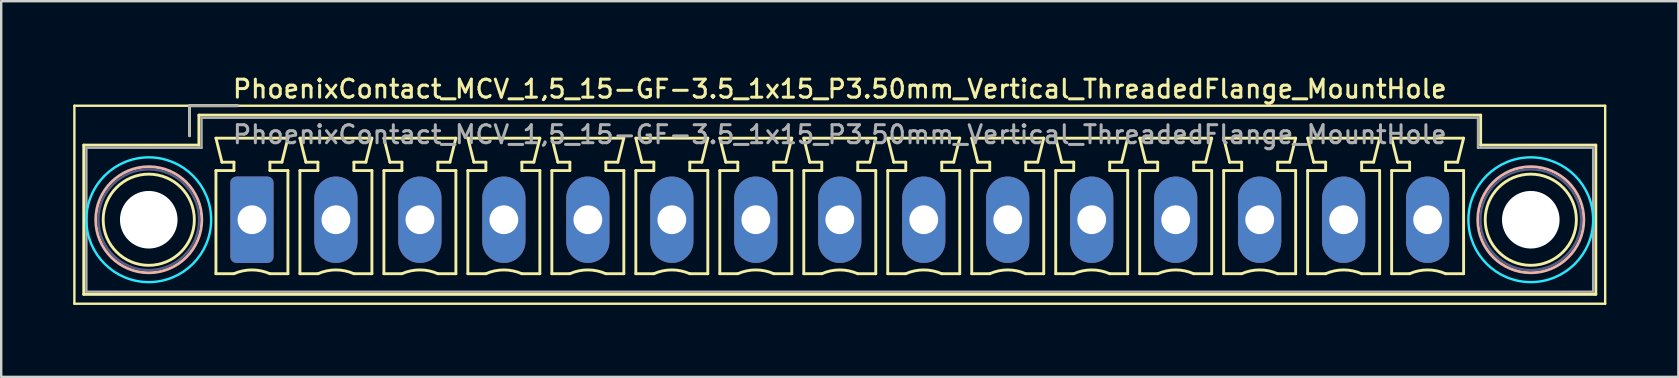
<source format=kicad_pcb>
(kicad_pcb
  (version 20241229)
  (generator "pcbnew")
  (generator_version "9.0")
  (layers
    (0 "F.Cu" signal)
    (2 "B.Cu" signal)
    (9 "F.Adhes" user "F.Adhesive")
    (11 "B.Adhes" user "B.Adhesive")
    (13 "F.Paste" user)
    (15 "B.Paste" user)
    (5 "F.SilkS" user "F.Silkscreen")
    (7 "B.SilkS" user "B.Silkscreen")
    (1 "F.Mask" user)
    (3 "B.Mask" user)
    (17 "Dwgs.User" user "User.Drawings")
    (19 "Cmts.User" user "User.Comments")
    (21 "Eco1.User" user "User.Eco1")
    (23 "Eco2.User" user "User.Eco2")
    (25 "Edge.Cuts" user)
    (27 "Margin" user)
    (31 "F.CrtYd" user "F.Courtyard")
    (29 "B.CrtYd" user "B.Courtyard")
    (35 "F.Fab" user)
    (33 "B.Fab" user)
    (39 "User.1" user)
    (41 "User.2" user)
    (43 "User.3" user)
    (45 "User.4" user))
  (footprint "PhoenixContact_MCV_1,5_15-GF-3.5_1x15_P3.50mm_Vertical_ThreadedFlange_MountHole"
    (layer "F.Cu")
    (at 7.45 6.108)
    (property "Reference" "PhoenixContact_MCV_1,5_15-GF-3.5_1x15_P3.50mm_Vertical_ThreadedFlange_MountHole" (at 24.5 -5.45 0) (layer "F.SilkS") (effects (font (size 0.75 0.75) (thickness 0.125))))
    (attr through_hole)
    (fp_line (start -7.4 -4.75) (end -7.4 3.5) (stroke (width 0.1) (type solid)) (layer "F.SilkS"))
    (fp_line (start -7.4 3.5) (end 56.4 3.5) (stroke (width 0.1) (type solid)) (layer "F.SilkS"))
    (fp_line (start -7.01 -3.11) (end -7.01 3.11) (stroke (width 0.12) (type solid)) (layer "F.SilkS"))
    (fp_line (start -7.01 3.11) (end 56.01 3.11) (stroke (width 0.12) (type solid)) (layer "F.SilkS"))
    (fp_line (start -2.6 -4.75) (end -0.6 -4.75) (stroke (width 0.12) (type solid)) (layer "F.SilkS"))
    (fp_line (start -2.6 -3.5) (end -2.6 -4.75) (stroke (width 0.12) (type solid)) (layer "F.SilkS"))
    (fp_line (start -2.21 -4.36) (end -2.21 -3.11) (stroke (width 0.12) (type solid)) (layer "F.SilkS"))
    (fp_line (start -2.21 -3.11) (end -7.01 -3.11) (stroke (width 0.12) (type solid)) (layer "F.SilkS"))
    (fp_line (start -1.5 -3.4) (end 1.5 -3.4) (stroke (width 0.12) (type solid)) (layer "F.SilkS"))
    (fp_line (start -1.5 -2.05) (end -0.75 -2.05) (stroke (width 0.12) (type solid)) (layer "F.SilkS"))
    (fp_line (start -1.5 2.25) (end -1.5 -2.05) (stroke (width 0.12) (type solid)) (layer "F.SilkS"))
    (fp_line (start -1.25 -2.4) (end -1.5 -3.4) (stroke (width 0.12) (type solid)) (layer "F.SilkS"))
    (fp_line (start -0.75 -2.4) (end -1.25 -2.4) (stroke (width 0.12) (type solid)) (layer "F.SilkS"))
    (fp_line (start -0.75 -2.05) (end -0.75 -2.4) (stroke (width 0.12) (type solid)) (layer "F.SilkS"))
    (fp_line (start -0.75 2.25) (end -1.5 2.25) (stroke (width 0.12) (type solid)) (layer "F.SilkS"))
    (fp_line (start 0.75 -2.4) (end 0.75 -2.05) (stroke (width 0.12) (type solid)) (layer "F.SilkS"))
    (fp_line (start 0.75 -2.05) (end 1.5 -2.05) (stroke (width 0.12) (type solid)) (layer "F.SilkS"))
    (fp_line (start 1.25 -2.4) (end 0.75 -2.4) (stroke (width 0.12) (type solid)) (layer "F.SilkS"))
    (fp_line (start 1.5 -3.4) (end 1.25 -2.4) (stroke (width 0.12) (type solid)) (layer "F.SilkS"))
    (fp_line (start 1.5 -2.05) (end 1.5 2.25) (stroke (width 0.12) (type solid)) (layer "F.SilkS"))
    (fp_line (start 1.5 2.25) (end 0.75 2.25) (stroke (width 0.12) (type solid)) (layer "F.SilkS"))
    (fp_line (start 2 -3.4) (end 5 -3.4) (stroke (width 0.12) (type solid)) (layer "F.SilkS"))
    (fp_line (start 2 -2.05) (end 2.75 -2.05) (stroke (width 0.12) (type solid)) (layer "F.SilkS"))
    (fp_line (start 2 2.25) (end 2 -2.05) (stroke (width 0.12) (type solid)) (layer "F.SilkS"))
    (fp_line (start 2.25 -2.4) (end 2 -3.4) (stroke (width 0.12) (type solid)) (layer "F.SilkS"))
    (fp_line (start 2.75 -2.4) (end 2.25 -2.4) (stroke (width 0.12) (type solid)) (layer "F.SilkS"))
    (fp_line (start 2.75 -2.05) (end 2.75 -2.4) (stroke (width 0.12) (type solid)) (layer "F.SilkS"))
    (fp_line (start 2.75 2.25) (end 2 2.25) (stroke (width 0.12) (type solid)) (layer "F.SilkS"))
    (fp_line (start 4.25 -2.4) (end 4.25 -2.05) (stroke (width 0.12) (type solid)) (layer "F.SilkS"))
    (fp_line (start 4.25 -2.05) (end 5 -2.05) (stroke (width 0.12) (type solid)) (layer "F.SilkS"))
    (fp_line (start 4.75 -2.4) (end 4.25 -2.4) (stroke (width 0.12) (type solid)) (layer "F.SilkS"))
    (fp_line (start 5 -3.4) (end 4.75 -2.4) (stroke (width 0.12) (type solid)) (layer "F.SilkS"))
    (fp_line (start 5 -2.05) (end 5 2.25) (stroke (width 0.12) (type solid)) (layer "F.SilkS"))
    (fp_line (start 5 2.25) (end 4.25 2.25) (stroke (width 0.12) (type solid)) (layer "F.SilkS"))
    (fp_line (start 5.5 -3.4) (end 8.5 -3.4) (stroke (width 0.12) (type solid)) (layer "F.SilkS"))
    (fp_line (start 5.5 -2.05) (end 6.25 -2.05) (stroke (width 0.12) (type solid)) (layer "F.SilkS"))
    (fp_line (start 5.5 2.25) (end 5.5 -2.05) (stroke (width 0.12) (type solid)) (layer "F.SilkS"))
    (fp_line (start 5.75 -2.4) (end 5.5 -3.4) (stroke (width 0.12) (type solid)) (layer "F.SilkS"))
    (fp_line (start 6.25 -2.4) (end 5.75 -2.4) (stroke (width 0.12) (type solid)) (layer "F.SilkS"))
    (fp_line (start 6.25 -2.05) (end 6.25 -2.4) (stroke (width 0.12) (type solid)) (layer "F.SilkS"))
    (fp_line (start 6.25 2.25) (end 5.5 2.25) (stroke (width 0.12) (type solid)) (layer "F.SilkS"))
    (fp_line (start 7.75 -2.4) (end 7.75 -2.05) (stroke (width 0.12) (type solid)) (layer "F.SilkS"))
    (fp_line (start 7.75 -2.05) (end 8.5 -2.05) (stroke (width 0.12) (type solid)) (layer "F.SilkS"))
    (fp_line (start 8.25 -2.4) (end 7.75 -2.4) (stroke (width 0.12) (type solid)) (layer "F.SilkS"))
    (fp_line (start 8.5 -3.4) (end 8.25 -2.4) (stroke (width 0.12) (type solid)) (layer "F.SilkS"))
    (fp_line (start 8.5 -2.05) (end 8.5 2.25) (stroke (width 0.12) (type solid)) (layer "F.SilkS"))
    (fp_line (start 8.5 2.25) (end 7.75 2.25) (stroke (width 0.12) (type solid)) (layer "F.SilkS"))
    (fp_line (start 9 -3.4) (end 12 -3.4) (stroke (width 0.12) (type solid)) (layer "F.SilkS"))
    (fp_line (start 9 -2.05) (end 9.75 -2.05) (stroke (width 0.12) (type solid)) (layer "F.SilkS"))
    (fp_line (start 9 2.25) (end 9 -2.05) (stroke (width 0.12) (type solid)) (layer "F.SilkS"))
    (fp_line (start 9.25 -2.4) (end 9 -3.4) (stroke (width 0.12) (type solid)) (layer "F.SilkS"))
    (fp_line (start 9.75 -2.4) (end 9.25 -2.4) (stroke (width 0.12) (type solid)) (layer "F.SilkS"))
    (fp_line (start 9.75 -2.05) (end 9.75 -2.4) (stroke (width 0.12) (type solid)) (layer "F.SilkS"))
    (fp_line (start 9.75 2.25) (end 9 2.25) (stroke (width 0.12) (type solid)) (layer "F.SilkS"))
    (fp_line (start 11.25 -2.4) (end 11.25 -2.05) (stroke (width 0.12) (type solid)) (layer "F.SilkS"))
    (fp_line (start 11.25 -2.05) (end 12 -2.05) (stroke (width 0.12) (type solid)) (layer "F.SilkS"))
    (fp_line (start 11.75 -2.4) (end 11.25 -2.4) (stroke (width 0.12) (type solid)) (layer "F.SilkS"))
    (fp_line (start 12 -3.4) (end 11.75 -2.4) (stroke (width 0.12) (type solid)) (layer "F.SilkS"))
    (fp_line (start 12 -2.05) (end 12 2.25) (stroke (width 0.12) (type solid)) (layer "F.SilkS"))
    (fp_line (start 12 2.25) (end 11.25 2.25) (stroke (width 0.12) (type solid)) (layer "F.SilkS"))
    (fp_line (start 12.5 -3.4) (end 15.5 -3.4) (stroke (width 0.12) (type solid)) (layer "F.SilkS"))
    (fp_line (start 12.5 -2.05) (end 13.25 -2.05) (stroke (width 0.12) (type solid)) (layer "F.SilkS"))
    (fp_line (start 12.5 2.25) (end 12.5 -2.05) (stroke (width 0.12) (type solid)) (layer "F.SilkS"))
    (fp_line (start 12.75 -2.4) (end 12.5 -3.4) (stroke (width 0.12) (type solid)) (layer "F.SilkS"))
    (fp_line (start 13.25 -2.4) (end 12.75 -2.4) (stroke (width 0.12) (type solid)) (layer "F.SilkS"))
    (fp_line (start 13.25 -2.05) (end 13.25 -2.4) (stroke (width 0.12) (type solid)) (layer "F.SilkS"))
    (fp_line (start 13.25 2.25) (end 12.5 2.25) (stroke (width 0.12) (type solid)) (layer "F.SilkS"))
    (fp_line (start 14.75 -2.4) (end 14.75 -2.05) (stroke (width 0.12) (type solid)) (layer "F.SilkS"))
    (fp_line (start 14.75 -2.05) (end 15.5 -2.05) (stroke (width 0.12) (type solid)) (layer "F.SilkS"))
    (fp_line (start 15.25 -2.4) (end 14.75 -2.4) (stroke (width 0.12) (type solid)) (layer "F.SilkS"))
    (fp_line (start 15.5 -3.4) (end 15.25 -2.4) (stroke (width 0.12) (type solid)) (layer "F.SilkS"))
    (fp_line (start 15.5 -2.05) (end 15.5 2.25) (stroke (width 0.12) (type solid)) (layer "F.SilkS"))
    (fp_line (start 15.5 2.25) (end 14.75 2.25) (stroke (width 0.12) (type solid)) (layer "F.SilkS"))
    (fp_line (start 16 -3.4) (end 19 -3.4) (stroke (width 0.12) (type solid)) (layer "F.SilkS"))
    (fp_line (start 16 -2.05) (end 16.75 -2.05) (stroke (width 0.12) (type solid)) (layer "F.SilkS"))
    (fp_line (start 16 2.25) (end 16 -2.05) (stroke (width 0.12) (type solid)) (layer "F.SilkS"))
    (fp_line (start 16.25 -2.4) (end 16 -3.4) (stroke (width 0.12) (type solid)) (layer "F.SilkS"))
    (fp_line (start 16.75 -2.4) (end 16.25 -2.4) (stroke (width 0.12) (type solid)) (layer "F.SilkS"))
    (fp_line (start 16.75 -2.05) (end 16.75 -2.4) (stroke (width 0.12) (type solid)) (layer "F.SilkS"))
    (fp_line (start 16.75 2.25) (end 16 2.25) (stroke (width 0.12) (type solid)) (layer "F.SilkS"))
    (fp_line (start 18.25 -2.4) (end 18.25 -2.05) (stroke (width 0.12) (type solid)) (layer "F.SilkS"))
    (fp_line (start 18.25 -2.05) (end 19 -2.05) (stroke (width 0.12) (type solid)) (layer "F.SilkS"))
    (fp_line (start 18.75 -2.4) (end 18.25 -2.4) (stroke (width 0.12) (type solid)) (layer "F.SilkS"))
    (fp_line (start 19 -3.4) (end 18.75 -2.4) (stroke (width 0.12) (type solid)) (layer "F.SilkS"))
    (fp_line (start 19 -2.05) (end 19 2.25) (stroke (width 0.12) (type solid)) (layer "F.SilkS"))
    (fp_line (start 19 2.25) (end 18.25 2.25) (stroke (width 0.12) (type solid)) (layer "F.SilkS"))
    (fp_line (start 19.5 -3.4) (end 22.5 -3.4) (stroke (width 0.12) (type solid)) (layer "F.SilkS"))
    (fp_line (start 19.5 -2.05) (end 20.25 -2.05) (stroke (width 0.12) (type solid)) (layer "F.SilkS"))
    (fp_line (start 19.5 2.25) (end 19.5 -2.05) (stroke (width 0.12) (type solid)) (layer "F.SilkS"))
    (fp_line (start 19.75 -2.4) (end 19.5 -3.4) (stroke (width 0.12) (type solid)) (layer "F.SilkS"))
    (fp_line (start 20.25 -2.4) (end 19.75 -2.4) (stroke (width 0.12) (type solid)) (layer "F.SilkS"))
    (fp_line (start 20.25 -2.05) (end 20.25 -2.4) (stroke (width 0.12) (type solid)) (layer "F.SilkS"))
    (fp_line (start 20.25 2.25) (end 19.5 2.25) (stroke (width 0.12) (type solid)) (layer "F.SilkS"))
    (fp_line (start 21.75 -2.4) (end 21.75 -2.05) (stroke (width 0.12) (type solid)) (layer "F.SilkS"))
    (fp_line (start 21.75 -2.05) (end 22.5 -2.05) (stroke (width 0.12) (type solid)) (layer "F.SilkS"))
    (fp_line (start 22.25 -2.4) (end 21.75 -2.4) (stroke (width 0.12) (type solid)) (layer "F.SilkS"))
    (fp_line (start 22.5 -3.4) (end 22.25 -2.4) (stroke (width 0.12) (type solid)) (layer "F.SilkS"))
    (fp_line (start 22.5 -2.05) (end 22.5 2.25) (stroke (width 0.12) (type solid)) (layer "F.SilkS"))
    (fp_line (start 22.5 2.25) (end 21.75 2.25) (stroke (width 0.12) (type solid)) (layer "F.SilkS"))
    (fp_line (start 23 -3.4) (end 26 -3.4) (stroke (width 0.12) (type solid)) (layer "F.SilkS"))
    (fp_line (start 23 -2.05) (end 23.75 -2.05) (stroke (width 0.12) (type solid)) (layer "F.SilkS"))
    (fp_line (start 23 2.25) (end 23 -2.05) (stroke (width 0.12) (type solid)) (layer "F.SilkS"))
    (fp_line (start 23.25 -2.4) (end 23 -3.4) (stroke (width 0.12) (type solid)) (layer "F.SilkS"))
    (fp_line (start 23.75 -2.4) (end 23.25 -2.4) (stroke (width 0.12) (type solid)) (layer "F.SilkS"))
    (fp_line (start 23.75 -2.05) (end 23.75 -2.4) (stroke (width 0.12) (type solid)) (layer "F.SilkS"))
    (fp_line (start 23.75 2.25) (end 23 2.25) (stroke (width 0.12) (type solid)) (layer "F.SilkS"))
    (fp_line (start 25.25 -2.4) (end 25.25 -2.05) (stroke (width 0.12) (type solid)) (layer "F.SilkS"))
    (fp_line (start 25.25 -2.05) (end 26 -2.05) (stroke (width 0.12) (type solid)) (layer "F.SilkS"))
    (fp_line (start 25.75 -2.4) (end 25.25 -2.4) (stroke (width 0.12) (type solid)) (layer "F.SilkS"))
    (fp_line (start 26 -3.4) (end 25.75 -2.4) (stroke (width 0.12) (type solid)) (layer "F.SilkS"))
    (fp_line (start 26 -2.05) (end 26 2.25) (stroke (width 0.12) (type solid)) (layer "F.SilkS"))
    (fp_line (start 26 2.25) (end 25.25 2.25) (stroke (width 0.12) (type solid)) (layer "F.SilkS"))
    (fp_line (start 26.5 -3.4) (end 29.5 -3.4) (stroke (width 0.12) (type solid)) (layer "F.SilkS"))
    (fp_line (start 26.5 -2.05) (end 27.25 -2.05) (stroke (width 0.12) (type solid)) (layer "F.SilkS"))
    (fp_line (start 26.5 2.25) (end 26.5 -2.05) (stroke (width 0.12) (type solid)) (layer "F.SilkS"))
    (fp_line (start 26.75 -2.4) (end 26.5 -3.4) (stroke (width 0.12) (type solid)) (layer "F.SilkS"))
    (fp_line (start 27.25 -2.4) (end 26.75 -2.4) (stroke (width 0.12) (type solid)) (layer "F.SilkS"))
    (fp_line (start 27.25 -2.05) (end 27.25 -2.4) (stroke (width 0.12) (type solid)) (layer "F.SilkS"))
    (fp_line (start 27.25 2.25) (end 26.5 2.25) (stroke (width 0.12) (type solid)) (layer "F.SilkS"))
    (fp_line (start 28.75 -2.4) (end 28.75 -2.05) (stroke (width 0.12) (type solid)) (layer "F.SilkS"))
    (fp_line (start 28.75 -2.05) (end 29.5 -2.05) (stroke (width 0.12) (type solid)) (layer "F.SilkS"))
    (fp_line (start 29.25 -2.4) (end 28.75 -2.4) (stroke (width 0.12) (type solid)) (layer "F.SilkS"))
    (fp_line (start 29.5 -3.4) (end 29.25 -2.4) (stroke (width 0.12) (type solid)) (layer "F.SilkS"))
    (fp_line (start 29.5 -2.05) (end 29.5 2.25) (stroke (width 0.12) (type solid)) (layer "F.SilkS"))
    (fp_line (start 29.5 2.25) (end 28.75 2.25) (stroke (width 0.12) (type solid)) (layer "F.SilkS"))
    (fp_line (start 30 -3.4) (end 33 -3.4) (stroke (width 0.12) (type solid)) (layer "F.SilkS"))
    (fp_line (start 30 -2.05) (end 30.75 -2.05) (stroke (width 0.12) (type solid)) (layer "F.SilkS"))
    (fp_line (start 30 2.25) (end 30 -2.05) (stroke (width 0.12) (type solid)) (layer "F.SilkS"))
    (fp_line (start 30.25 -2.4) (end 30 -3.4) (stroke (width 0.12) (type solid)) (layer "F.SilkS"))
    (fp_line (start 30.75 -2.4) (end 30.25 -2.4) (stroke (width 0.12) (type solid)) (layer "F.SilkS"))
    (fp_line (start 30.75 -2.05) (end 30.75 -2.4) (stroke (width 0.12) (type solid)) (layer "F.SilkS"))
    (fp_line (start 30.75 2.25) (end 30 2.25) (stroke (width 0.12) (type solid)) (layer "F.SilkS"))
    (fp_line (start 32.25 -2.4) (end 32.25 -2.05) (stroke (width 0.12) (type solid)) (layer "F.SilkS"))
    (fp_line (start 32.25 -2.05) (end 33 -2.05) (stroke (width 0.12) (type solid)) (layer "F.SilkS"))
    (fp_line (start 32.75 -2.4) (end 32.25 -2.4) (stroke (width 0.12) (type solid)) (layer "F.SilkS"))
    (fp_line (start 33 -3.4) (end 32.75 -2.4) (stroke (width 0.12) (type solid)) (layer "F.SilkS"))
    (fp_line (start 33 -2.05) (end 33 2.25) (stroke (width 0.12) (type solid)) (layer "F.SilkS"))
    (fp_line (start 33 2.25) (end 32.25 2.25) (stroke (width 0.12) (type solid)) (layer "F.SilkS"))
    (fp_line (start 33.5 -3.4) (end 36.5 -3.4) (stroke (width 0.12) (type solid)) (layer "F.SilkS"))
    (fp_line (start 33.5 -2.05) (end 34.25 -2.05) (stroke (width 0.12) (type solid)) (layer "F.SilkS"))
    (fp_line (start 33.5 2.25) (end 33.5 -2.05) (stroke (width 0.12) (type solid)) (layer "F.SilkS"))
    (fp_line (start 33.75 -2.4) (end 33.5 -3.4) (stroke (width 0.12) (type solid)) (layer "F.SilkS"))
    (fp_line (start 34.25 -2.4) (end 33.75 -2.4) (stroke (width 0.12) (type solid)) (layer "F.SilkS"))
    (fp_line (start 34.25 -2.05) (end 34.25 -2.4) (stroke (width 0.12) (type solid)) (layer "F.SilkS"))
    (fp_line (start 34.25 2.25) (end 33.5 2.25) (stroke (width 0.12) (type solid)) (layer "F.SilkS"))
    (fp_line (start 35.75 -2.4) (end 35.75 -2.05) (stroke (width 0.12) (type solid)) (layer "F.SilkS"))
    (fp_line (start 35.75 -2.05) (end 36.5 -2.05) (stroke (width 0.12) (type solid)) (layer "F.SilkS"))
    (fp_line (start 36.25 -2.4) (end 35.75 -2.4) (stroke (width 0.12) (type solid)) (layer "F.SilkS"))
    (fp_line (start 36.5 -3.4) (end 36.25 -2.4) (stroke (width 0.12) (type solid)) (layer "F.SilkS"))
    (fp_line (start 36.5 -2.05) (end 36.5 2.25) (stroke (width 0.12) (type solid)) (layer "F.SilkS"))
    (fp_line (start 36.5 2.25) (end 35.75 2.25) (stroke (width 0.12) (type solid)) (layer "F.SilkS"))
    (fp_line (start 37 -3.4) (end 40 -3.4) (stroke (width 0.12) (type solid)) (layer "F.SilkS"))
    (fp_line (start 37 -2.05) (end 37.75 -2.05) (stroke (width 0.12) (type solid)) (layer "F.SilkS"))
    (fp_line (start 37 2.25) (end 37 -2.05) (stroke (width 0.12) (type solid)) (layer "F.SilkS"))
    (fp_line (start 37.25 -2.4) (end 37 -3.4) (stroke (width 0.12) (type solid)) (layer "F.SilkS"))
    (fp_line (start 37.75 -2.4) (end 37.25 -2.4) (stroke (width 0.12) (type solid)) (layer "F.SilkS"))
    (fp_line (start 37.75 -2.05) (end 37.75 -2.4) (stroke (width 0.12) (type solid)) (layer "F.SilkS"))
    (fp_line (start 37.75 2.25) (end 37 2.25) (stroke (width 0.12) (type solid)) (layer "F.SilkS"))
    (fp_line (start 39.25 -2.4) (end 39.25 -2.05) (stroke (width 0.12) (type solid)) (layer "F.SilkS"))
    (fp_line (start 39.25 -2.05) (end 40 -2.05) (stroke (width 0.12) (type solid)) (layer "F.SilkS"))
    (fp_line (start 39.75 -2.4) (end 39.25 -2.4) (stroke (width 0.12) (type solid)) (layer "F.SilkS"))
    (fp_line (start 40 -3.4) (end 39.75 -2.4) (stroke (width 0.12) (type solid)) (layer "F.SilkS"))
    (fp_line (start 40 -2.05) (end 40 2.25) (stroke (width 0.12) (type solid)) (layer "F.SilkS"))
    (fp_line (start 40 2.25) (end 39.25 2.25) (stroke (width 0.12) (type solid)) (layer "F.SilkS"))
    (fp_line (start 40.5 -3.4) (end 43.5 -3.4) (stroke (width 0.12) (type solid)) (layer "F.SilkS"))
    (fp_line (start 40.5 -2.05) (end 41.25 -2.05) (stroke (width 0.12) (type solid)) (layer "F.SilkS"))
    (fp_line (start 40.5 2.25) (end 40.5 -2.05) (stroke (width 0.12) (type solid)) (layer "F.SilkS"))
    (fp_line (start 40.75 -2.4) (end 40.5 -3.4) (stroke (width 0.12) (type solid)) (layer "F.SilkS"))
    (fp_line (start 41.25 -2.4) (end 40.75 -2.4) (stroke (width 0.12) (type solid)) (layer "F.SilkS"))
    (fp_line (start 41.25 -2.05) (end 41.25 -2.4) (stroke (width 0.12) (type solid)) (layer "F.SilkS"))
    (fp_line (start 41.25 2.25) (end 40.5 2.25) (stroke (width 0.12) (type solid)) (layer "F.SilkS"))
    (fp_line (start 42.75 -2.4) (end 42.75 -2.05) (stroke (width 0.12) (type solid)) (layer "F.SilkS"))
    (fp_line (start 42.75 -2.05) (end 43.5 -2.05) (stroke (width 0.12) (type solid)) (layer "F.SilkS"))
    (fp_line (start 43.25 -2.4) (end 42.75 -2.4) (stroke (width 0.12) (type solid)) (layer "F.SilkS"))
    (fp_line (start 43.5 -3.4) (end 43.25 -2.4) (stroke (width 0.12) (type solid)) (layer "F.SilkS"))
    (fp_line (start 43.5 -2.05) (end 43.5 2.25) (stroke (width 0.12) (type solid)) (layer "F.SilkS"))
    (fp_line (start 43.5 2.25) (end 42.75 2.25) (stroke (width 0.12) (type solid)) (layer "F.SilkS"))
    (fp_line (start 44 -3.4) (end 47 -3.4) (stroke (width 0.12) (type solid)) (layer "F.SilkS"))
    (fp_line (start 44 -2.05) (end 44.75 -2.05) (stroke (width 0.12) (type solid)) (layer "F.SilkS"))
    (fp_line (start 44 2.25) (end 44 -2.05) (stroke (width 0.12) (type solid)) (layer "F.SilkS"))
    (fp_line (start 44.25 -2.4) (end 44 -3.4) (stroke (width 0.12) (type solid)) (layer "F.SilkS"))
    (fp_line (start 44.75 -2.4) (end 44.25 -2.4) (stroke (width 0.12) (type solid)) (layer "F.SilkS"))
    (fp_line (start 44.75 -2.05) (end 44.75 -2.4) (stroke (width 0.12) (type solid)) (layer "F.SilkS"))
    (fp_line (start 44.75 2.25) (end 44 2.25) (stroke (width 0.12) (type solid)) (layer "F.SilkS"))
    (fp_line (start 46.25 -2.4) (end 46.25 -2.05) (stroke (width 0.12) (type solid)) (layer "F.SilkS"))
    (fp_line (start 46.25 -2.05) (end 47 -2.05) (stroke (width 0.12) (type solid)) (layer "F.SilkS"))
    (fp_line (start 46.75 -2.4) (end 46.25 -2.4) (stroke (width 0.12) (type solid)) (layer "F.SilkS"))
    (fp_line (start 47 -3.4) (end 46.75 -2.4) (stroke (width 0.12) (type solid)) (layer "F.SilkS"))
    (fp_line (start 47 -2.05) (end 47 2.25) (stroke (width 0.12) (type solid)) (layer "F.SilkS"))
    (fp_line (start 47 2.25) (end 46.25 2.25) (stroke (width 0.12) (type solid)) (layer "F.SilkS"))
    (fp_line (start 47.5 -3.4) (end 50.5 -3.4) (stroke (width 0.12) (type solid)) (layer "F.SilkS"))
    (fp_line (start 47.5 -2.05) (end 48.25 -2.05) (stroke (width 0.12) (type solid)) (layer "F.SilkS"))
    (fp_line (start 47.5 2.25) (end 47.5 -2.05) (stroke (width 0.12) (type solid)) (layer "F.SilkS"))
    (fp_line (start 47.75 -2.4) (end 47.5 -3.4) (stroke (width 0.12) (type solid)) (layer "F.SilkS"))
    (fp_line (start 48.25 -2.4) (end 47.75 -2.4) (stroke (width 0.12) (type solid)) (layer "F.SilkS"))
    (fp_line (start 48.25 -2.05) (end 48.25 -2.4) (stroke (width 0.12) (type solid)) (layer "F.SilkS"))
    (fp_line (start 48.25 2.25) (end 47.5 2.25) (stroke (width 0.12) (type solid)) (layer "F.SilkS"))
    (fp_line (start 49.75 -2.4) (end 49.75 -2.05) (stroke (width 0.12) (type solid)) (layer "F.SilkS"))
    (fp_line (start 49.75 -2.05) (end 50.5 -2.05) (stroke (width 0.12) (type solid)) (layer "F.SilkS"))
    (fp_line (start 50.25 -2.4) (end 49.75 -2.4) (stroke (width 0.12) (type solid)) (layer "F.SilkS"))
    (fp_line (start 50.5 -3.4) (end 50.25 -2.4) (stroke (width 0.12) (type solid)) (layer "F.SilkS"))
    (fp_line (start 50.5 -2.05) (end 50.5 2.25) (stroke (width 0.12) (type solid)) (layer "F.SilkS"))
    (fp_line (start 50.5 2.25) (end 49.75 2.25) (stroke (width 0.12) (type solid)) (layer "F.SilkS"))
    (fp_line (start 51.21 -4.36) (end -2.21 -4.36) (stroke (width 0.12) (type solid)) (layer "F.SilkS"))
    (fp_line (start 51.21 -3.11) (end 51.21 -4.36) (stroke (width 0.12) (type solid)) (layer "F.SilkS"))
    (fp_line (start 56.01 -3.11) (end 51.21 -3.11) (stroke (width 0.12) (type solid)) (layer "F.SilkS"))
    (fp_line (start 56.01 3.11) (end 56.01 -3.11) (stroke (width 0.12) (type solid)) (layer "F.SilkS"))
    (fp_line (start 56.4 -4.75) (end -7.4 -4.75) (stroke (width 0.1) (type solid)) (layer "F.SilkS"))
    (fp_line (start 56.4 3.5) (end 56.4 -4.75) (stroke (width 0.1) (type solid)) (layer "F.SilkS"))
    (fp_arc (start -0.75 2.25) (mid -0.000193 2.09191) (end 0.749647 2.249844) (stroke (width 0.12) (type solid)) (layer "F.SilkS"))
    (fp_arc (start 2.75 2.25) (mid 3.499807 2.09191) (end 4.249647 2.249844) (stroke (width 0.12) (type solid)) (layer "F.SilkS"))
    (fp_arc (start 6.25 2.25) (mid 6.999807 2.09191) (end 7.749647 2.249844) (stroke (width 0.12) (type solid)) (layer "F.SilkS"))
    (fp_arc (start 9.75 2.25) (mid 10.499807 2.09191) (end 11.249647 2.249844) (stroke (width 0.12) (type solid)) (layer "F.SilkS"))
    (fp_arc (start 13.25 2.25) (mid 13.999807 2.09191) (end 14.749647 2.249844) (stroke (width 0.12) (type solid)) (layer "F.SilkS"))
    (fp_arc (start 16.75 2.25) (mid 17.499807 2.09191) (end 18.249647 2.249844) (stroke (width 0.12) (type solid)) (layer "F.SilkS"))
    (fp_arc (start 20.25 2.25) (mid 20.999807 2.09191) (end 21.749647 2.249844) (stroke (width 0.12) (type solid)) (layer "F.SilkS"))
    (fp_arc (start 23.75 2.25) (mid 24.499807 2.09191) (end 25.249647 2.249844) (stroke (width 0.12) (type solid)) (layer "F.SilkS"))
    (fp_arc (start 27.25 2.25) (mid 27.999807 2.09191) (end 28.749647 2.249844) (stroke (width 0.12) (type solid)) (layer "F.SilkS"))
    (fp_arc (start 30.75 2.25) (mid 31.499807 2.09191) (end 32.249647 2.249844) (stroke (width 0.12) (type solid)) (layer "F.SilkS"))
    (fp_arc (start 34.25 2.25) (mid 34.999807 2.09191) (end 35.749647 2.249844) (stroke (width 0.12) (type solid)) (layer "F.SilkS"))
    (fp_arc (start 37.75 2.25) (mid 38.499807 2.09191) (end 39.249647 2.249844) (stroke (width 0.12) (type solid)) (layer "F.SilkS"))
    (fp_arc (start 41.25 2.25) (mid 41.999807 2.09191) (end 42.749647 2.249844) (stroke (width 0.12) (type solid)) (layer "F.SilkS"))
    (fp_arc (start 44.75 2.25) (mid 45.499807 2.09191) (end 46.249647 2.249844) (stroke (width 0.12) (type solid)) (layer "F.SilkS"))
    (fp_arc (start 48.25 2.25) (mid 48.999807 2.09191) (end 49.749647 2.249844) (stroke (width 0.12) (type solid)) (layer "F.SilkS"))
    (fp_circle (center -4.3 0) (end -2.4 0) (stroke (width 0.12) (type solid)) (fill no) (layer "F.SilkS"))
    (fp_circle (center 53.3 0) (end 55.2 0) (stroke (width 0.12) (type solid)) (fill no) (layer "F.SilkS"))
    (fp_circle (center -4.3 0) (end -2.09 0) (stroke (width 0.12) (type solid)) (fill no) (layer "B.SilkS"))
    (fp_circle (center 53.3 0) (end 55.51 0) (stroke (width 0.12) (type solid)) (fill no) (layer "B.SilkS"))
    (fp_circle (center -4.3 0) (end -1.7 0) (stroke (width 0.1) (type solid)) (fill no) (layer "B.CrtYd"))
    (fp_circle (center 53.3 0) (end 55.9 0) (stroke (width 0.1) (type solid)) (fill no) (layer "B.CrtYd"))
    (fp_circle (center -4.3 0) (end -2.2 0) (stroke (width 0.1) (type solid)) (fill no) (layer "B.Fab"))
    (fp_circle (center 53.3 0) (end 55.4 0) (stroke (width 0.1) (type solid)) (fill no) (layer "B.Fab"))
    (fp_line (start -6.9 -3) (end -6.9 3) (stroke (width 0.1) (type solid)) (layer "F.Fab"))
    (fp_line (start -6.9 3) (end 55.9 3) (stroke (width 0.1) (type solid)) (layer "F.Fab"))
    (fp_line (start -2.6 -4.75) (end -0.6 -4.75) (stroke (width 0.1) (type solid)) (layer "F.Fab"))
    (fp_line (start -2.6 -3.5) (end -2.6 -4.75) (stroke (width 0.1) (type solid)) (layer "F.Fab"))
    (fp_line (start -2.1 -4.25) (end -2.1 -3) (stroke (width 0.1) (type solid)) (layer "F.Fab"))
    (fp_line (start -2.1 -3) (end -6.9 -3) (stroke (width 0.1) (type solid)) (layer "F.Fab"))
    (fp_line (start 51.1 -4.25) (end -2.1 -4.25) (stroke (width 0.1) (type solid)) (layer "F.Fab"))
    (fp_line (start 51.1 -3) (end 51.1 -4.25) (stroke (width 0.1) (type solid)) (layer "F.Fab"))
    (fp_line (start 55.9 -3) (end 51.1 -3) (stroke (width 0.1) (type solid)) (layer "F.Fab"))
    (fp_line (start 55.9 3) (end 55.9 -3) (stroke (width 0.1) (type solid)) (layer "F.Fab"))
    (fp_text user "${REFERENCE}" (at 24.5 -3.55 0) (layer "F.Fab") (effects (font (size 0.75 0.75) (thickness 0.125))))
    (pad "" np_thru_hole circle (at -4.3 0) (size 2.4 2.4) (drill 2.4) (layers "*.Cu" "*.Mask"))
    (pad "" np_thru_hole circle (at 53.3 0) (size 2.4 2.4) (drill 2.4) (layers "*.Cu" "*.Mask"))
    (pad "1" thru_hole roundrect (at 0 0) (size 1.8 3.6) (drill 1.2) (layers "*.Cu" "*.Mask") (roundrect_rratio 0.139))
    (pad "2" thru_hole oval (at 3.5 0) (size 1.8 3.6) (drill 1.2) (layers "*.Cu" "*.Mask"))
    (pad "3" thru_hole oval (at 7 0) (size 1.8 3.6) (drill 1.2) (layers "*.Cu" "*.Mask"))
    (pad "4" thru_hole oval (at 10.5 0) (size 1.8 3.6) (drill 1.2) (layers "*.Cu" "*.Mask"))
    (pad "5" thru_hole oval (at 14 0) (size 1.8 3.6) (drill 1.2) (layers "*.Cu" "*.Mask"))
    (pad "6" thru_hole oval (at 17.5 0) (size 1.8 3.6) (drill 1.2) (layers "*.Cu" "*.Mask"))
    (pad "7" thru_hole oval (at 21 0) (size 1.8 3.6) (drill 1.2) (layers "*.Cu" "*.Mask"))
    (pad "8" thru_hole oval (at 24.5 0) (size 1.8 3.6) (drill 1.2) (layers "*.Cu" "*.Mask"))
    (pad "9" thru_hole oval (at 28 0) (size 1.8 3.6) (drill 1.2) (layers "*.Cu" "*.Mask"))
    (pad "10" thru_hole oval (at 31.5 0) (size 1.8 3.6) (drill 1.2) (layers "*.Cu" "*.Mask"))
    (pad "11" thru_hole oval (at 35 0) (size 1.8 3.6) (drill 1.2) (layers "*.Cu" "*.Mask"))
    (pad "12" thru_hole oval (at 38.5 0) (size 1.8 3.6) (drill 1.2) (layers "*.Cu" "*.Mask"))
    (pad "13" thru_hole oval (at 42 0) (size 1.8 3.6) (drill 1.2) (layers "*.Cu" "*.Mask"))
    (pad "14" thru_hole oval (at 45.5 0) (size 1.8 3.6) (drill 1.2) (layers "*.Cu" "*.Mask"))
    (pad "15" thru_hole oval (at 49 0) (size 1.8 3.6) (drill 1.2) (layers "*.Cu" "*.Mask")))
  (gr_rect
    (start -3 -3)
    (end 66.9 12.658)
    (stroke (width 0.1) (type default))
    (fill no)
    (layer "Edge.Cuts")))
</source>
